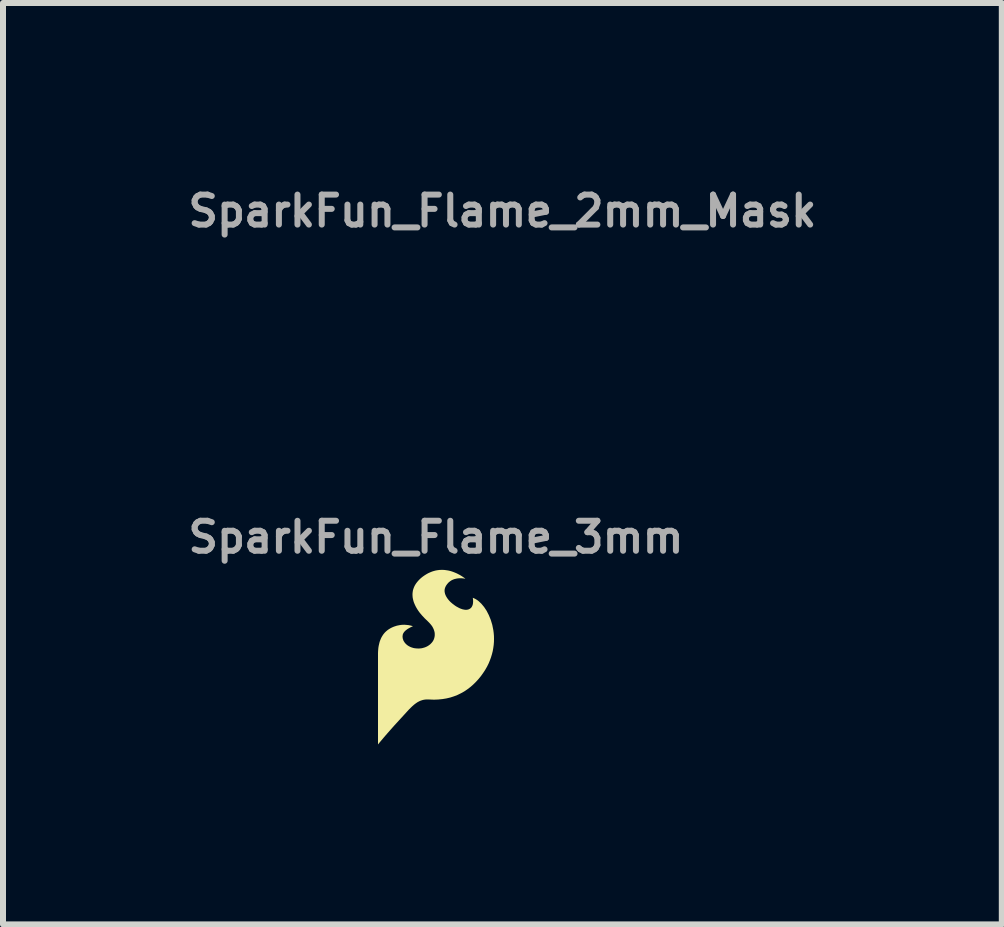
<source format=kicad_pcb>
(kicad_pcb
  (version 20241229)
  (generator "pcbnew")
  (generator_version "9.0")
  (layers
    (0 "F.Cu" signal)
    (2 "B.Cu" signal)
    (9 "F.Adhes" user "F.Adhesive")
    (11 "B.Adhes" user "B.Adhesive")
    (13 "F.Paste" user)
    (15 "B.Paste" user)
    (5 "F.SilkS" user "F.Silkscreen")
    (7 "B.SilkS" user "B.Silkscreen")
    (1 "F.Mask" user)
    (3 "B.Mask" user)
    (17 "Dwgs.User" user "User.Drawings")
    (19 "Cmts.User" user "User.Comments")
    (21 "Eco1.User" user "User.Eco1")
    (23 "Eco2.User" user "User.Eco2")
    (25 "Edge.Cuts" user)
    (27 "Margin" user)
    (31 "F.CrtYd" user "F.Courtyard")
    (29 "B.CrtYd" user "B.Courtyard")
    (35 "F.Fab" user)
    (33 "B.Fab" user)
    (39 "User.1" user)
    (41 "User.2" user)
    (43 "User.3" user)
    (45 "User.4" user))
  (footprint "SparkFun_Flame_2mm_Mask"
    (layer "F.Cu")
    (at 5.326 1.468)
    (property "Reference" "SparkFun_Flame_2mm_Mask" (at 0 -1 0) (layer "F.Fab") (effects (font (size 0.5 0.5) (thickness 0.1))))
    (attr board_only exclude_from_pos_files exclude_from_bom)
    (fp_poly (pts (xy 0.079 -0.97) (xy 0.098 -0.968) (xy 0.117 -0.966) (xy 0.135 -0.963) (xy 0.152 -0.959) (xy 0.169 -0.954) (xy 0.186 -0.949) (xy 0.201 -0.944) (xy 0.216 -0.938) (xy 0.23 -0.931) (xy 0.244 -0.925) (xy 0.268 -0.912) (xy 0.288 -0.899) (xy 0.305 -0.888) (xy 0.317 -0.879) (xy 0.327 -0.871) (xy 0.321 -0.872) (xy 0.306 -0.875) (xy 0.296 -0.876) (xy 0.284 -0.877) (xy 0.271 -0.877) (xy 0.257 -0.876) (xy 0.241 -0.875) (xy 0.226 -0.873) (xy 0.21 -0.869) (xy 0.202 -0.866) (xy 0.193 -0.864) (xy 0.185 -0.86) (xy 0.177 -0.856) (xy 0.17 -0.852) (xy 0.162 -0.847) (xy 0.154 -0.842) (xy 0.147 -0.836) (xy 0.14 -0.83) (xy 0.133 -0.823) (xy 0.125 -0.813) (xy 0.117 -0.803) (xy 0.111 -0.793) (xy 0.105 -0.782) (xy 0.103 -0.777) (xy 0.101 -0.772) (xy 0.099 -0.766) (xy 0.098 -0.761) (xy 0.097 -0.755) (xy 0.096 -0.75) (xy 0.095 -0.744) (xy 0.095 -0.739) (xy 0.095 -0.733) (xy 0.096 -0.727) (xy 0.097 -0.721) (xy 0.098 -0.715) (xy 0.099 -0.709) (xy 0.101 -0.703) (xy 0.103 -0.697) (xy 0.106 -0.691) (xy 0.108 -0.684) (xy 0.112 -0.678) (xy 0.115 -0.671) (xy 0.119 -0.665) (xy 0.124 -0.658) (xy 0.128 -0.651) (xy 0.139 -0.637) (xy 0.149 -0.626) (xy 0.16 -0.615) (xy 0.171 -0.604) (xy 0.184 -0.593) (xy 0.197 -0.583) (xy 0.211 -0.573) (xy 0.225 -0.564) (xy 0.239 -0.556) (xy 0.254 -0.548) (xy 0.268 -0.542) (xy 0.283 -0.536) (xy 0.297 -0.532) (xy 0.31 -0.528) (xy 0.317 -0.527) (xy 0.324 -0.527) (xy 0.33 -0.526) (xy 0.336 -0.526) (xy 0.342 -0.527) (xy 0.348 -0.527) (xy 0.356 -0.529) (xy 0.363 -0.532) (xy 0.37 -0.534) (xy 0.376 -0.538) (xy 0.381 -0.542) (xy 0.386 -0.546) (xy 0.391 -0.55) (xy 0.395 -0.555) (xy 0.398 -0.56) (xy 0.401 -0.565) (xy 0.404 -0.571) (xy 0.406 -0.576) (xy 0.408 -0.582) (xy 0.409 -0.588) (xy 0.41 -0.594) (xy 0.411 -0.6) (xy 0.412 -0.611) (xy 0.412 -0.622) (xy 0.412 -0.632) (xy 0.411 -0.641) (xy 0.41 -0.649) (xy 0.409 -0.655) (xy 0.408 -0.66) (xy 0.424 -0.654) (xy 0.441 -0.645) (xy 0.457 -0.635) (xy 0.473 -0.623) (xy 0.504 -0.594) (xy 0.534 -0.558) (xy 0.562 -0.516) (xy 0.587 -0.468) (xy 0.608 -0.416) (xy 0.625 -0.359) (xy 0.637 -0.299) (xy 0.641 -0.268) (xy 0.644 -0.236) (xy 0.645 -0.203) (xy 0.644 -0.17) (xy 0.641 -0.136) (xy 0.637 -0.102) (xy 0.631 -0.068) (xy 0.622 -0.033) (xy 0.612 0.002) (xy 0.599 0.037) (xy 0.584 0.072) (xy 0.566 0.107) (xy 0.546 0.142) (xy 0.524 0.176) (xy 0.498 0.211) (xy 0.471 0.245) (xy 0.443 0.276) (xy 0.413 0.305) (xy 0.381 0.333) (xy 0.348 0.358) (xy 0.314 0.381) (xy 0.277 0.402) (xy 0.24 0.42) (xy 0.2 0.435) (xy 0.159 0.448) (xy 0.116 0.459) (xy 0.072 0.466) (xy 0.026 0.471) (xy -0.022 0.472) (xy -0.072 0.471) (xy -0.085 0.47) (xy -0.098 0.47) (xy -0.11 0.47) (xy -0.122 0.472) (xy -0.133 0.473) (xy -0.144 0.476) (xy -0.155 0.479) (xy -0.166 0.482) (xy -0.176 0.486) (xy -0.187 0.491) (xy -0.197 0.496) (xy -0.207 0.502) (xy -0.226 0.514) (xy -0.245 0.529) (xy -0.264 0.546) (xy -0.284 0.565) (xy -0.303 0.585) (xy -0.324 0.607) (xy -0.416 0.708) (xy -0.461 0.757) (xy -0.504 0.805) (xy -0.542 0.849) (xy -0.576 0.889) (xy -0.605 0.922) (xy -0.626 0.948) (xy -0.644 0.97) (xy -0.644 -0.007) (xy -0.645 -0.026) (xy -0.645 -0.045) (xy -0.644 -0.063) (xy -0.643 -0.08) (xy -0.641 -0.097) (xy -0.639 -0.112) (xy -0.637 -0.128) (xy -0.634 -0.142) (xy -0.63 -0.156) (xy -0.626 -0.17) (xy -0.622 -0.182) (xy -0.618 -0.195) (xy -0.613 -0.206) (xy -0.607 -0.217) (xy -0.602 -0.228) (xy -0.596 -0.238) (xy -0.589 -0.247) (xy -0.583 -0.256) (xy -0.576 -0.265) (xy -0.569 -0.273) (xy -0.561 -0.281) (xy -0.553 -0.288) (xy -0.546 -0.295) (xy -0.537 -0.301) (xy -0.529 -0.307) (xy -0.52 -0.313) (xy -0.512 -0.318) (xy -0.503 -0.323) (xy -0.484 -0.332) (xy -0.466 -0.34) (xy -0.455 -0.344) (xy -0.445 -0.347) (xy -0.434 -0.35) (xy -0.424 -0.352) (xy -0.414 -0.354) (xy -0.404 -0.356) (xy -0.394 -0.357) (xy -0.385 -0.358) (xy -0.376 -0.359) (xy -0.367 -0.36) (xy -0.358 -0.36) (xy -0.349 -0.36) (xy -0.341 -0.359) (xy -0.333 -0.359) (xy -0.318 -0.358) (xy -0.305 -0.356) (xy -0.292 -0.353) (xy -0.282 -0.351) (xy -0.273 -0.349) (xy -0.266 -0.347) (xy -0.26 -0.345) (xy -0.256 -0.343) (xy -0.269 -0.338) (xy -0.284 -0.331) (xy -0.292 -0.327) (xy -0.301 -0.322) (xy -0.31 -0.317) (xy -0.319 -0.311) (xy -0.328 -0.304) (xy -0.337 -0.297) (xy -0.345 -0.29) (xy -0.349 -0.286) (xy -0.352 -0.282) (xy -0.356 -0.277) (xy -0.359 -0.273) (xy -0.362 -0.269) (xy -0.364 -0.264) (xy -0.366 -0.258) (xy -0.368 -0.253) (xy -0.37 -0.247) (xy -0.371 -0.241) (xy -0.372 -0.235) (xy -0.372 -0.229) (xy -0.372 -0.222) (xy -0.371 -0.216) (xy -0.37 -0.209) (xy -0.368 -0.203) (xy -0.366 -0.196) (xy -0.364 -0.19) (xy -0.361 -0.184) (xy -0.358 -0.177) (xy -0.354 -0.171) (xy -0.35 -0.165) (xy -0.345 -0.159) (xy -0.341 -0.153) (xy -0.335 -0.147) (xy -0.329 -0.142) (xy -0.323 -0.137) (xy -0.317 -0.131) (xy -0.309 -0.127) (xy -0.302 -0.122) (xy -0.294 -0.118) (xy -0.286 -0.114) (xy -0.277 -0.11) (xy -0.268 -0.107) (xy -0.259 -0.104) (xy -0.249 -0.102) (xy -0.238 -0.1) (xy -0.228 -0.098) (xy -0.212 -0.096) (xy -0.196 -0.096) (xy -0.181 -0.097) (xy -0.166 -0.098) (xy -0.151 -0.101) (xy -0.137 -0.104) (xy -0.124 -0.109) (xy -0.111 -0.114) (xy -0.098 -0.12) (xy -0.086 -0.127) (xy -0.075 -0.135) (xy -0.065 -0.143) (xy -0.055 -0.152) (xy -0.047 -0.161) (xy -0.039 -0.172) (xy -0.032 -0.182) (xy -0.026 -0.194) (xy -0.021 -0.205) (xy -0.018 -0.217) (xy -0.015 -0.23) (xy -0.014 -0.243) (xy -0.014 -0.256) (xy -0.015 -0.27) (xy -0.017 -0.284) (xy -0.021 -0.298) (xy -0.027 -0.312) (xy -0.033 -0.326) (xy -0.042 -0.34) (xy -0.052 -0.355) (xy -0.063 -0.37) (xy -0.076 -0.384) (xy -0.091 -0.399) (xy -0.125 -0.431) (xy -0.155 -0.463) (xy -0.169 -0.48) (xy -0.182 -0.496) (xy -0.195 -0.513) (xy -0.206 -0.53) (xy -0.216 -0.546) (xy -0.225 -0.563) (xy -0.234 -0.58) (xy -0.241 -0.596) (xy -0.247 -0.613) (xy -0.252 -0.63) (xy -0.256 -0.646) (xy -0.259 -0.663) (xy -0.261 -0.679) (xy -0.261 -0.695) (xy -0.261 -0.712) (xy -0.259 -0.728) (xy -0.256 -0.744) (xy -0.251 -0.76) (xy -0.246 -0.775) (xy -0.239 -0.791) (xy -0.23 -0.806) (xy -0.22 -0.821) (xy -0.209 -0.836) (xy -0.196 -0.851) (xy -0.182 -0.865) (xy -0.166 -0.879) (xy -0.149 -0.893) (xy -0.131 -0.907) (xy -0.109 -0.921) (xy -0.087 -0.933) (xy -0.065 -0.943) (xy -0.044 -0.951) (xy -0.023 -0.958) (xy -0.002 -0.963) (xy 0.019 -0.967) (xy 0.039 -0.969) (xy 0.059 -0.97)) (stroke (width -0.000001) (type solid)) (fill yes) (layer "F.Mask")))
  (footprint "SparkFun_Flame_3mm"
    (layer "F.Cu")
    (at 4.219 7.906)
    (property "Reference" "SparkFun_Flame_3mm" (at 0 -2 0) (layer "F.Fab") (effects (font (size 0.5 0.5) (thickness 0.1))))
    (attr board_only exclude_from_pos_files exclude_from_bom)
    (fp_poly (pts (xy 0.118 -1.455) (xy 0.147 -1.453) (xy 0.175 -1.449) (xy 0.202 -1.445) (xy 0.228 -1.439) (xy 0.254 -1.432) (xy 0.278 -1.424) (xy 0.302 -1.415) (xy 0.324 -1.406) (xy 0.345 -1.397) (xy 0.365 -1.387) (xy 0.401 -1.368) (xy 0.432 -1.349) (xy 0.457 -1.332) (xy 0.475 -1.319) (xy 0.49 -1.307) (xy 0.482 -1.308) (xy 0.46 -1.312) (xy 0.444 -1.314) (xy 0.426 -1.315) (xy 0.407 -1.315) (xy 0.385 -1.315) (xy 0.362 -1.313) (xy 0.339 -1.309) (xy 0.314 -1.303) (xy 0.302 -1.3) (xy 0.29 -1.295) (xy 0.278 -1.29) (xy 0.266 -1.285) (xy 0.254 -1.278) (xy 0.243 -1.271) (xy 0.232 -1.263) (xy 0.221 -1.254) (xy 0.21 -1.245) (xy 0.2 -1.234) (xy 0.187 -1.219) (xy 0.176 -1.204) (xy 0.166 -1.189) (xy 0.158 -1.173) (xy 0.155 -1.166) (xy 0.152 -1.158) (xy 0.149 -1.149) (xy 0.147 -1.141) (xy 0.145 -1.133) (xy 0.144 -1.125) (xy 0.143 -1.116) (xy 0.143 -1.108) (xy 0.143 -1.099) (xy 0.144 -1.09) (xy 0.145 -1.082) (xy 0.147 -1.073) (xy 0.149 -1.064) (xy 0.151 -1.054) (xy 0.155 -1.045) (xy 0.158 -1.036) (xy 0.163 -1.026) (xy 0.167 -1.017) (xy 0.173 -1.007) (xy 0.179 -0.997) (xy 0.185 -0.987) (xy 0.192 -0.977) (xy 0.208 -0.956) (xy 0.223 -0.939) (xy 0.239 -0.922) (xy 0.257 -0.906) (xy 0.276 -0.89) (xy 0.296 -0.875) (xy 0.316 -0.86) (xy 0.337 -0.846) (xy 0.359 -0.834) (xy 0.381 -0.822) (xy 0.402 -0.812) (xy 0.424 -0.804) (xy 0.445 -0.797) (xy 0.466 -0.793) (xy 0.476 -0.791) (xy 0.485 -0.79) (xy 0.495 -0.789) (xy 0.504 -0.789) (xy 0.513 -0.79) (xy 0.522 -0.791) (xy 0.534 -0.794) (xy 0.545 -0.797) (xy 0.555 -0.802) (xy 0.564 -0.807) (xy 0.572 -0.812) (xy 0.579 -0.818) (xy 0.586 -0.825) (xy 0.592 -0.832) (xy 0.597 -0.84) (xy 0.601 -0.848) (xy 0.605 -0.856) (xy 0.609 -0.865) (xy 0.611 -0.873) (xy 0.614 -0.882) (xy 0.615 -0.891) (xy 0.617 -0.899) (xy 0.618 -0.917) (xy 0.619 -0.933) (xy 0.618 -0.948) (xy 0.617 -0.962) (xy 0.616 -0.973) (xy 0.614 -0.982) (xy 0.613 -0.99) (xy 0.637 -0.98) (xy 0.661 -0.968) (xy 0.685 -0.953) (xy 0.709 -0.935) (xy 0.756 -0.891) (xy 0.801 -0.837) (xy 0.843 -0.774) (xy 0.88 -0.702) (xy 0.912 -0.624) (xy 0.938 -0.539) (xy 0.956 -0.449) (xy 0.962 -0.402) (xy 0.966 -0.354) (xy 0.967 -0.305) (xy 0.966 -0.255) (xy 0.962 -0.204) (xy 0.955 -0.153) (xy 0.946 -0.102) (xy 0.933 -0.05) (xy 0.917 0.003) (xy 0.898 0.055) (xy 0.876 0.108) (xy 0.85 0.16) (xy 0.82 0.212) (xy 0.786 0.264) (xy 0.748 0.317) (xy 0.707 0.367) (xy 0.664 0.414) (xy 0.619 0.458) (xy 0.572 0.499) (xy 0.522 0.537) (xy 0.47 0.572) (xy 0.416 0.602) (xy 0.359 0.63) (xy 0.3 0.653) (xy 0.238 0.673) (xy 0.174 0.688) (xy 0.108 0.699) (xy 0.038 0.706) (xy -0.033 0.709) (xy -0.108 0.706) (xy -0.127 0.705) (xy -0.146 0.705) (xy -0.165 0.706) (xy -0.183 0.707) (xy -0.2 0.71) (xy -0.217 0.713) (xy -0.233 0.718) (xy -0.249 0.723) (xy -0.265 0.729) (xy -0.28 0.736) (xy -0.295 0.744) (xy -0.31 0.752) (xy -0.339 0.772) (xy -0.368 0.794) (xy -0.396 0.819) (xy -0.425 0.847) (xy -0.455 0.877) (xy -0.485 0.91) (xy -0.624 1.062) (xy -0.692 1.136) (xy -0.755 1.207) (xy -0.814 1.274) (xy -0.865 1.333) (xy -0.907 1.383) (xy -0.939 1.421) (xy -0.967 1.455) (xy -0.967 -0.01) (xy -0.967 -0.039) (xy -0.967 -0.067) (xy -0.966 -0.094) (xy -0.964 -0.12) (xy -0.962 -0.145) (xy -0.959 -0.169) (xy -0.955 -0.191) (xy -0.95 -0.213) (xy -0.945 -0.234) (xy -0.94 -0.254) (xy -0.933 -0.274) (xy -0.926 -0.292) (xy -0.919 -0.309) (xy -0.911 -0.326) (xy -0.902 -0.342) (xy -0.893 -0.357) (xy -0.884 -0.371) (xy -0.874 -0.385) (xy -0.864 -0.397) (xy -0.853 -0.41) (xy -0.842 -0.421) (xy -0.83 -0.432) (xy -0.818 -0.442) (xy -0.806 -0.452) (xy -0.793 -0.461) (xy -0.781 -0.469) (xy -0.767 -0.477) (xy -0.754 -0.485) (xy -0.727 -0.498) (xy -0.698 -0.51) (xy -0.682 -0.515) (xy -0.667 -0.52) (xy -0.651 -0.525) (xy -0.636 -0.528) (xy -0.621 -0.531) (xy -0.606 -0.534) (xy -0.592 -0.536) (xy -0.578 -0.538) (xy -0.564 -0.539) (xy -0.55 -0.539) (xy -0.537 -0.54) (xy -0.524 -0.54) (xy -0.512 -0.539) (xy -0.5 -0.538) (xy -0.477 -0.536) (xy -0.457 -0.534) (xy -0.439 -0.53) (xy -0.423 -0.527) (xy -0.409 -0.523) (xy -0.398 -0.52) (xy -0.391 -0.517) (xy -0.384 -0.515) (xy -0.404 -0.507) (xy -0.426 -0.497) (xy -0.438 -0.49) (xy -0.451 -0.483) (xy -0.465 -0.475) (xy -0.479 -0.466) (xy -0.492 -0.456) (xy -0.505 -0.446) (xy -0.518 -0.434) (xy -0.523 -0.428) (xy -0.529 -0.422) (xy -0.534 -0.416) (xy -0.538 -0.409) (xy -0.542 -0.403) (xy -0.546 -0.396) (xy -0.55 -0.388) (xy -0.553 -0.379) (xy -0.555 -0.37) (xy -0.556 -0.361) (xy -0.557 -0.352) (xy -0.558 -0.343) (xy -0.557 -0.333) (xy -0.556 -0.324) (xy -0.555 -0.314) (xy -0.552 -0.304) (xy -0.549 -0.295) (xy -0.546 -0.285) (xy -0.542 -0.275) (xy -0.537 -0.266) (xy -0.531 -0.257) (xy -0.525 -0.247) (xy -0.518 -0.238) (xy -0.511 -0.23) (xy -0.503 -0.221) (xy -0.494 -0.213) (xy -0.485 -0.205) (xy -0.475 -0.197) (xy -0.464 -0.19) (xy -0.453 -0.183) (xy -0.441 -0.177) (xy -0.429 -0.171) (xy -0.416 -0.165) (xy -0.402 -0.161) (xy -0.388 -0.156) (xy -0.373 -0.152) (xy -0.357 -0.149) (xy -0.341 -0.147) (xy -0.318 -0.145) (xy -0.294 -0.144) (xy -0.271 -0.145) (xy -0.249 -0.147) (xy -0.227 -0.151) (xy -0.206 -0.157) (xy -0.185 -0.163) (xy -0.166 -0.171) (xy -0.147 -0.18) (xy -0.13 -0.19) (xy -0.113 -0.202) (xy -0.097 -0.214) (xy -0.083 -0.228) (xy -0.07 -0.242) (xy -0.058 -0.257) (xy -0.048 -0.273) (xy -0.039 -0.29) (xy -0.032 -0.308) (xy -0.027 -0.326) (xy -0.023 -0.345) (xy -0.021 -0.364) (xy -0.021 -0.384) (xy -0.022 -0.405) (xy -0.026 -0.425) (xy -0.032 -0.446) (xy -0.04 -0.468) (xy -0.05 -0.489) (xy -0.062 -0.511) (xy -0.077 -0.532) (xy -0.095 -0.554) (xy -0.115 -0.576) (xy -0.137 -0.598) (xy -0.187 -0.646) (xy -0.233 -0.695) (xy -0.254 -0.72) (xy -0.274 -0.744) (xy -0.292 -0.769) (xy -0.309 -0.794) (xy -0.324 -0.819) (xy -0.338 -0.844) (xy -0.35 -0.869) (xy -0.361 -0.894) (xy -0.371 -0.919) (xy -0.378 -0.944) (xy -0.384 -0.969) (xy -0.389 -0.994) (xy -0.391 -1.019) (xy -0.392 -1.043) (xy -0.391 -1.068) (xy -0.388 -1.092) (xy -0.384 -1.116) (xy -0.377 -1.139) (xy -0.368 -1.163) (xy -0.358 -1.186) (xy -0.345 -1.209) (xy -0.33 -1.232) (xy -0.313 -1.254) (xy -0.294 -1.276) (xy -0.273 -1.298) (xy -0.25 -1.319) (xy -0.224 -1.34) (xy -0.196 -1.36) (xy -0.163 -1.381) (xy -0.131 -1.399) (xy -0.098 -1.414) (xy -0.066 -1.427) (xy -0.034 -1.437) (xy -0.003 -1.445) (xy 0.028 -1.45) (xy 0.059 -1.454) (xy 0.089 -1.455)) (stroke (width -0.000001) (type solid)) (fill yes) (layer "F.SilkS")))
  (gr_rect
    (start -3 -3)
    (end 13.652 12.361)
    (stroke (width 0.1) (type default))
    (fill no)
    (layer "Edge.Cuts")))
</source>
